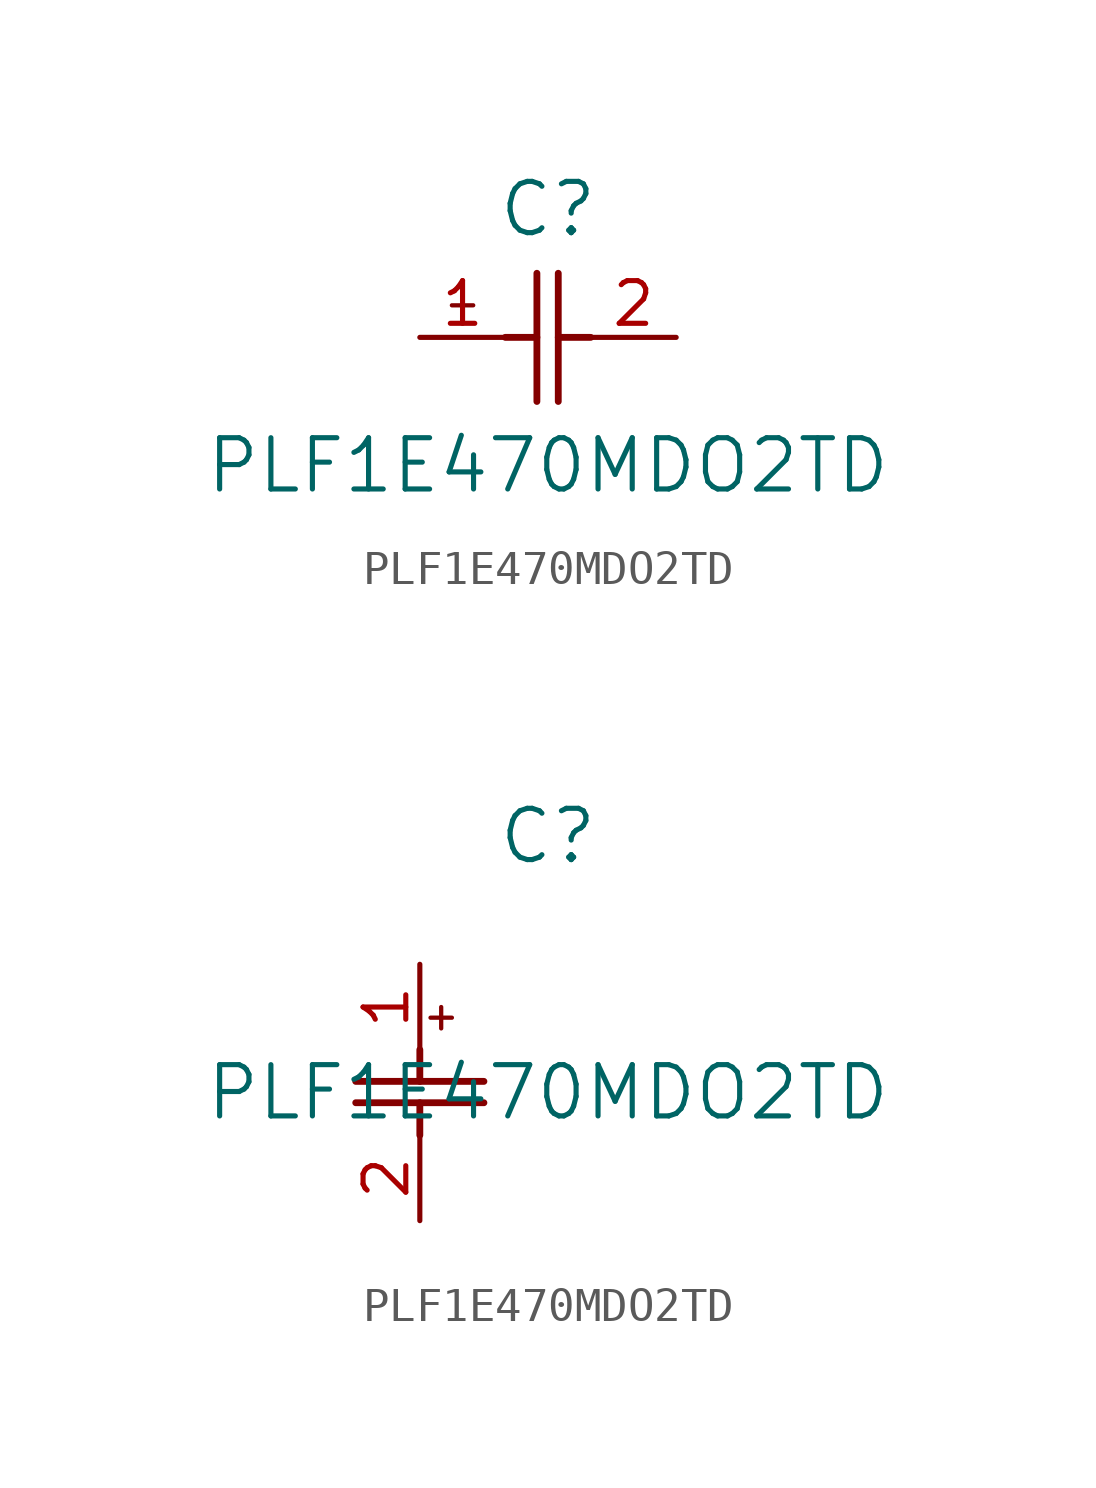
<source format=kicad_sym>
(kicad_symbol_lib
  (version 20211014)
  (generator kicad_symbol_editor)
  (symbol "PLF1E470MDO2TD"
    (pin_names
      (offset 0.254))
    (property "Reference" "C"
      (at 3.81 3.81 0)
      (effects (font (size 1.524 1.524))))
    (property "Value" "PLF1E470MDO2TD"
      (at 3.81 -3.81 0)
      (effects (font (size 1.524 1.524))))
    (symbol "PLF1E470MDO2TD_1_1"
      (polyline (pts (xy 3.48 -1.905) (xy 3.48 1.905)) (stroke (width 0.203) (type default) (color 0 0 0 0)) (fill (type none)))
      (polyline (pts (xy 4.115 -1.905) (xy 4.115 1.905)) (stroke (width 0.203) (type default) (color 0 0 0 0)) (fill (type none)))
      (polyline (pts (xy 4.115 0) (xy 5.08 0)) (stroke (width 0.203) (type default) (color 0 0 0 0)) (fill (type none)))
      (polyline (pts (xy 2.54 0) (xy 3.48 0)) (stroke (width 0.203) (type default) (color 0 0 0 0)) (fill (type none)))
      (polyline (pts (xy 1.27 1.27) (xy 1.27 0.635)) (stroke (width 0.127) (type default) (color 0 0 0 0)) (fill (type none)))
      (polyline (pts (xy 0.953 0.953) (xy 1.587 0.953)) (stroke (width 0.127) (type default) (color 0 0 0 0)) (fill (type none)))
      (pin unspecified line (at 0 0 0) (length 2.54) (name "" (effects (font (size 1.27 1.27)))) (number "1" (effects (font (size 1.27 1.27)))))
      (pin unspecified line (at 7.62 0 180) (length 2.54) (name "" (effects (font (size 1.27 1.27)))) (number "2" (effects (font (size 1.27 1.27))))))
    (symbol "PLF1E470MDO2TD_1_2"
      (polyline (pts (xy -1.905 -3.48) (xy 1.905 -3.48)) (stroke (width 0.203) (type default) (color 0 0 0 0)) (fill (type none)))
      (polyline (pts (xy -1.905 -4.115) (xy 1.905 -4.115)) (stroke (width 0.203) (type default) (color 0 0 0 0)) (fill (type none)))
      (polyline (pts (xy 0 -4.115) (xy 0 -5.08)) (stroke (width 0.203) (type default) (color 0 0 0 0)) (fill (type none)))
      (polyline (pts (xy 0 -2.54) (xy 0 -3.48)) (stroke (width 0.203) (type default) (color 0 0 0 0)) (fill (type none)))
      (polyline (pts (xy 0.635 -1.27) (xy 0.635 -1.905)) (stroke (width 0.127) (type default) (color 0 0 0 0)) (fill (type none)))
      (polyline (pts (xy 0.318 -1.587) (xy 0.953 -1.587)) (stroke (width 0.127) (type default) (color 0 0 0 0)) (fill (type none)))
      (pin unspecified line (at 0 0 270) (length 2.54) (name "" (effects (font (size 1.27 1.27)))) (number "1" (effects (font (size 1.27 1.27)))))
      (pin unspecified line (at 0 -7.62 90) (length 2.54) (name "" (effects (font (size 1.27 1.27)))) (number "2" (effects (font (size 1.27 1.27))))))))
</source>
